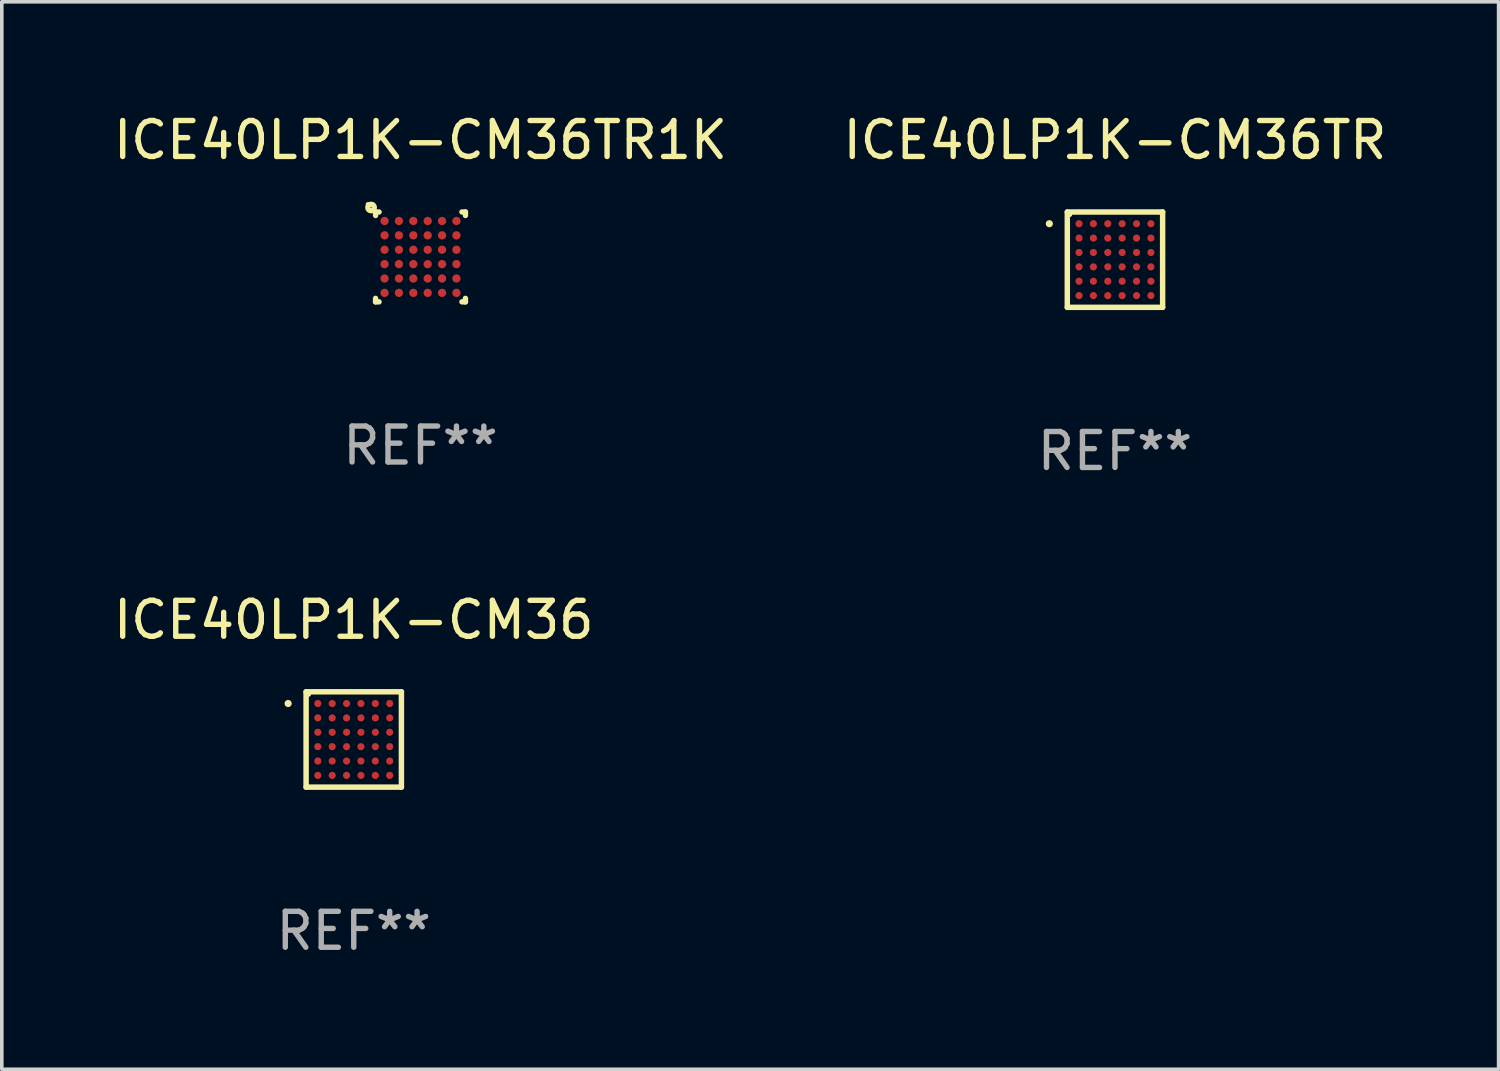
<source format=kicad_pcb>
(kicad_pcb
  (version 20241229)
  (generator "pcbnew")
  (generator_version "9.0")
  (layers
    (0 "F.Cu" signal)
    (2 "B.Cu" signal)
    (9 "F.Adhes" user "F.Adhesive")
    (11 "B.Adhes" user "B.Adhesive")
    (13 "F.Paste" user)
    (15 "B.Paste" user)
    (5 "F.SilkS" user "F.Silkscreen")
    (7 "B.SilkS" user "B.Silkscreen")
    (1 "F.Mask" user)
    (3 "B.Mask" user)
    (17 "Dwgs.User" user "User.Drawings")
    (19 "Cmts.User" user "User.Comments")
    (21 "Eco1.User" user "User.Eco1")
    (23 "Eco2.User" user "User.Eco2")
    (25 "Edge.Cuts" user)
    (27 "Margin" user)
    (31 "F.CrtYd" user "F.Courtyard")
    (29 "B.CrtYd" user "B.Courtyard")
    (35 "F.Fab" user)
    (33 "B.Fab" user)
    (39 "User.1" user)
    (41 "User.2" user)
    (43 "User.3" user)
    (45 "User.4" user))
  (footprint "ICE40LP1K-CM36TR"
    (layer "F.Cu")
    (at 27.97 4.174)
    (property "Reference" "ICE40LP1K-CM36TR" (at 0 -3.326 0) (layer "F.SilkS") (effects (font (size 1 1) (thickness 0.15))))
    (attr through_hole)
    (fp_line (start -1.326 -1.326) (end 1.326 -1.326) (stroke (width 0.152) (type solid)) (layer "F.SilkS"))
    (fp_line (start -1.326 1.326) (end -1.326 -1.326) (stroke (width 0.152) (type solid)) (layer "F.SilkS"))
    (fp_line (start 1.326 -1.326) (end 1.326 1.326) (stroke (width 0.152) (type solid)) (layer "F.SilkS"))
    (fp_line (start 1.326 1.326) (end -1.326 1.326) (stroke (width 0.152) (type solid)) (layer "F.SilkS"))
    (fp_circle (center -1.826 -1) (end -1.776 -1) (stroke (width 0.1) (type solid)) (fill no) (layer "F.SilkS"))
    (fp_circle (center -1.25 -1.25) (end -1.22 -1.25) (stroke (width 0.06) (type solid)) (fill no) (layer "F.SilkS"))
    (fp_text user "REF**" (at 0 5.326 0) (layer "F.Fab") (effects (font (size 1 1) (thickness 0.15))))
    (pad "A1" smd circle (at -1 -1) (size 0.2 0.2) (layers "F.Cu" "F.Mask" "F.Paste"))
    (pad "A2" smd circle (at -0.6 -1) (size 0.2 0.2) (layers "F.Cu" "F.Mask" "F.Paste"))
    (pad "A3" smd circle (at -0.2 -1) (size 0.2 0.2) (layers "F.Cu" "F.Mask" "F.Paste"))
    (pad "A4" smd circle (at 0.2 -1) (size 0.2 0.2) (layers "F.Cu" "F.Mask" "F.Paste"))
    (pad "A5" smd circle (at 0.6 -1) (size 0.2 0.2) (layers "F.Cu" "F.Mask" "F.Paste"))
    (pad "A6" smd circle (at 1 -1) (size 0.2 0.2) (layers "F.Cu" "F.Mask" "F.Paste"))
    (pad "B1" smd circle (at -1 -0.6) (size 0.2 0.2) (layers "F.Cu" "F.Mask" "F.Paste"))
    (pad "B2" smd circle (at -0.6 -0.6) (size 0.2 0.2) (layers "F.Cu" "F.Mask" "F.Paste"))
    (pad "B3" smd circle (at -0.2 -0.6) (size 0.2 0.2) (layers "F.Cu" "F.Mask" "F.Paste"))
    (pad "B4" smd circle (at 0.2 -0.6) (size 0.2 0.2) (layers "F.Cu" "F.Mask" "F.Paste"))
    (pad "B5" smd circle (at 0.6 -0.6) (size 0.2 0.2) (layers "F.Cu" "F.Mask" "F.Paste"))
    (pad "B6" smd circle (at 1 -0.6) (size 0.2 0.2) (layers "F.Cu" "F.Mask" "F.Paste"))
    (pad "C1" smd circle (at -1 -0.2) (size 0.2 0.2) (layers "F.Cu" "F.Mask" "F.Paste"))
    (pad "C2" smd circle (at -0.6 -0.2) (size 0.2 0.2) (layers "F.Cu" "F.Mask" "F.Paste"))
    (pad "C3" smd circle (at -0.2 -0.2) (size 0.2 0.2) (layers "F.Cu" "F.Mask" "F.Paste"))
    (pad "C4" smd circle (at 0.2 -0.2) (size 0.2 0.2) (layers "F.Cu" "F.Mask" "F.Paste"))
    (pad "C5" smd circle (at 0.6 -0.2) (size 0.2 0.2) (layers "F.Cu" "F.Mask" "F.Paste"))
    (pad "C6" smd circle (at 1 -0.2) (size 0.2 0.2) (layers "F.Cu" "F.Mask" "F.Paste"))
    (pad "D1" smd circle (at -1 0.2) (size 0.2 0.2) (layers "F.Cu" "F.Mask" "F.Paste"))
    (pad "D2" smd circle (at -0.6 0.2) (size 0.2 0.2) (layers "F.Cu" "F.Mask" "F.Paste"))
    (pad "D3" smd circle (at -0.2 0.2) (size 0.2 0.2) (layers "F.Cu" "F.Mask" "F.Paste"))
    (pad "D4" smd circle (at 0.2 0.2) (size 0.2 0.2) (layers "F.Cu" "F.Mask" "F.Paste"))
    (pad "D5" smd circle (at 0.6 0.2) (size 0.2 0.2) (layers "F.Cu" "F.Mask" "F.Paste"))
    (pad "D6" smd circle (at 1 0.2) (size 0.2 0.2) (layers "F.Cu" "F.Mask" "F.Paste"))
    (pad "E1" smd circle (at -1 0.6) (size 0.2 0.2) (layers "F.Cu" "F.Mask" "F.Paste"))
    (pad "E2" smd circle (at -0.6 0.6) (size 0.2 0.2) (layers "F.Cu" "F.Mask" "F.Paste"))
    (pad "E3" smd circle (at -0.2 0.6) (size 0.2 0.2) (layers "F.Cu" "F.Mask" "F.Paste"))
    (pad "E4" smd circle (at 0.2 0.6) (size 0.2 0.2) (layers "F.Cu" "F.Mask" "F.Paste"))
    (pad "E5" smd circle (at 0.6 0.6) (size 0.2 0.2) (layers "F.Cu" "F.Mask" "F.Paste"))
    (pad "E6" smd circle (at 1 0.6) (size 0.2 0.2) (layers "F.Cu" "F.Mask" "F.Paste"))
    (pad "F1" smd circle (at -1 1) (size 0.2 0.2) (layers "F.Cu" "F.Mask" "F.Paste"))
    (pad "F2" smd circle (at -0.6 1) (size 0.2 0.2) (layers "F.Cu" "F.Mask" "F.Paste"))
    (pad "F3" smd circle (at -0.2 1) (size 0.2 0.2) (layers "F.Cu" "F.Mask" "F.Paste"))
    (pad "F4" smd circle (at 0.2 1) (size 0.2 0.2) (layers "F.Cu" "F.Mask" "F.Paste"))
    (pad "F5" smd circle (at 0.6 1) (size 0.2 0.2) (layers "F.Cu" "F.Mask" "F.Paste"))
    (pad "F6" smd circle (at 1 1) (size 0.2 0.2) (layers "F.Cu" "F.Mask" "F.Paste")))
  (footprint "ICE40LP1K-CM36"
    (layer "F.Cu")
    (at 6.792 17.523)
    (property "Reference" "ICE40LP1K-CM36" (at 0 -3.326 0) (layer "F.SilkS") (effects (font (size 1 1) (thickness 0.15))))
    (attr through_hole)
    (fp_line (start -1.326 -1.326) (end 1.326 -1.326) (stroke (width 0.152) (type solid)) (layer "F.SilkS"))
    (fp_line (start -1.326 1.326) (end -1.326 -1.326) (stroke (width 0.152) (type solid)) (layer "F.SilkS"))
    (fp_line (start 1.326 -1.326) (end 1.326 1.326) (stroke (width 0.152) (type solid)) (layer "F.SilkS"))
    (fp_line (start 1.326 1.326) (end -1.326 1.326) (stroke (width 0.152) (type solid)) (layer "F.SilkS"))
    (fp_circle (center -1.826 -1) (end -1.776 -1) (stroke (width 0.1) (type solid)) (fill no) (layer "F.SilkS"))
    (fp_circle (center -1.25 -1.25) (end -1.22 -1.25) (stroke (width 0.06) (type solid)) (fill no) (layer "F.SilkS"))
    (fp_text user "REF**" (at 0 5.326 0) (layer "F.Fab") (effects (font (size 1 1) (thickness 0.15))))
    (pad "A1" smd circle (at -1 -1) (size 0.2 0.2) (layers "F.Cu" "F.Mask" "F.Paste"))
    (pad "A2" smd circle (at -0.6 -1) (size 0.2 0.2) (layers "F.Cu" "F.Mask" "F.Paste"))
    (pad "A3" smd circle (at -0.2 -1) (size 0.2 0.2) (layers "F.Cu" "F.Mask" "F.Paste"))
    (pad "A4" smd circle (at 0.2 -1) (size 0.2 0.2) (layers "F.Cu" "F.Mask" "F.Paste"))
    (pad "A5" smd circle (at 0.6 -1) (size 0.2 0.2) (layers "F.Cu" "F.Mask" "F.Paste"))
    (pad "A6" smd circle (at 1 -1) (size 0.2 0.2) (layers "F.Cu" "F.Mask" "F.Paste"))
    (pad "B1" smd circle (at -1 -0.6) (size 0.2 0.2) (layers "F.Cu" "F.Mask" "F.Paste"))
    (pad "B2" smd circle (at -0.6 -0.6) (size 0.2 0.2) (layers "F.Cu" "F.Mask" "F.Paste"))
    (pad "B3" smd circle (at -0.2 -0.6) (size 0.2 0.2) (layers "F.Cu" "F.Mask" "F.Paste"))
    (pad "B4" smd circle (at 0.2 -0.6) (size 0.2 0.2) (layers "F.Cu" "F.Mask" "F.Paste"))
    (pad "B5" smd circle (at 0.6 -0.6) (size 0.2 0.2) (layers "F.Cu" "F.Mask" "F.Paste"))
    (pad "B6" smd circle (at 1 -0.6) (size 0.2 0.2) (layers "F.Cu" "F.Mask" "F.Paste"))
    (pad "C1" smd circle (at -1 -0.2) (size 0.2 0.2) (layers "F.Cu" "F.Mask" "F.Paste"))
    (pad "C2" smd circle (at -0.6 -0.2) (size 0.2 0.2) (layers "F.Cu" "F.Mask" "F.Paste"))
    (pad "C3" smd circle (at -0.2 -0.2) (size 0.2 0.2) (layers "F.Cu" "F.Mask" "F.Paste"))
    (pad "C4" smd circle (at 0.2 -0.2) (size 0.2 0.2) (layers "F.Cu" "F.Mask" "F.Paste"))
    (pad "C5" smd circle (at 0.6 -0.2) (size 0.2 0.2) (layers "F.Cu" "F.Mask" "F.Paste"))
    (pad "C6" smd circle (at 1 -0.2) (size 0.2 0.2) (layers "F.Cu" "F.Mask" "F.Paste"))
    (pad "D1" smd circle (at -1 0.2) (size 0.2 0.2) (layers "F.Cu" "F.Mask" "F.Paste"))
    (pad "D2" smd circle (at -0.6 0.2) (size 0.2 0.2) (layers "F.Cu" "F.Mask" "F.Paste"))
    (pad "D3" smd circle (at -0.2 0.2) (size 0.2 0.2) (layers "F.Cu" "F.Mask" "F.Paste"))
    (pad "D4" smd circle (at 0.2 0.2) (size 0.2 0.2) (layers "F.Cu" "F.Mask" "F.Paste"))
    (pad "D5" smd circle (at 0.6 0.2) (size 0.2 0.2) (layers "F.Cu" "F.Mask" "F.Paste"))
    (pad "D6" smd circle (at 1 0.2) (size 0.2 0.2) (layers "F.Cu" "F.Mask" "F.Paste"))
    (pad "E1" smd circle (at -1 0.6) (size 0.2 0.2) (layers "F.Cu" "F.Mask" "F.Paste"))
    (pad "E2" smd circle (at -0.6 0.6) (size 0.2 0.2) (layers "F.Cu" "F.Mask" "F.Paste"))
    (pad "E3" smd circle (at -0.2 0.6) (size 0.2 0.2) (layers "F.Cu" "F.Mask" "F.Paste"))
    (pad "E4" smd circle (at 0.2 0.6) (size 0.2 0.2) (layers "F.Cu" "F.Mask" "F.Paste"))
    (pad "E5" smd circle (at 0.6 0.6) (size 0.2 0.2) (layers "F.Cu" "F.Mask" "F.Paste"))
    (pad "E6" smd circle (at 1 0.6) (size 0.2 0.2) (layers "F.Cu" "F.Mask" "F.Paste"))
    (pad "F1" smd circle (at -1 1) (size 0.2 0.2) (layers "F.Cu" "F.Mask" "F.Paste"))
    (pad "F2" smd circle (at -0.6 1) (size 0.2 0.2) (layers "F.Cu" "F.Mask" "F.Paste"))
    (pad "F3" smd circle (at -0.2 1) (size 0.2 0.2) (layers "F.Cu" "F.Mask" "F.Paste"))
    (pad "F4" smd circle (at 0.2 1) (size 0.2 0.2) (layers "F.Cu" "F.Mask" "F.Paste"))
    (pad "F5" smd circle (at 0.6 1) (size 0.2 0.2) (layers "F.Cu" "F.Mask" "F.Paste"))
    (pad "F6" smd circle (at 1 1) (size 0.2 0.2) (layers "F.Cu" "F.Mask" "F.Paste")))
  (footprint "ICE40LP1K-CM36TR1K"
    (layer "F.Cu")
    (at 8.649 4.098)
    (property "Reference" "ICE40LP1K-CM36TR1K" (at 0 -3.25 0) (layer "F.SilkS") (effects (font (size 1 1) (thickness 0.15))))
    (attr through_hole)
    (fp_line (start -1.25 -1.25) (end -1.153 -1.25) (stroke (width 0.15) (type solid)) (layer "F.SilkS"))
    (fp_line (start -1.25 -1.153) (end -1.25 -1.25) (stroke (width 0.15) (type solid)) (layer "F.SilkS"))
    (fp_line (start -1.25 1.25) (end -1.25 1.153) (stroke (width 0.15) (type solid)) (layer "F.SilkS"))
    (fp_line (start -1.153 1.25) (end -1.25 1.25) (stroke (width 0.15) (type solid)) (layer "F.SilkS"))
    (fp_line (start 1.153 -1.25) (end 1.25 -1.25) (stroke (width 0.15) (type solid)) (layer "F.SilkS"))
    (fp_line (start 1.25 -1.25) (end 1.25 -1.153) (stroke (width 0.15) (type solid)) (layer "F.SilkS"))
    (fp_line (start 1.25 1.153) (end 1.25 1.25) (stroke (width 0.15) (type solid)) (layer "F.SilkS"))
    (fp_line (start 1.25 1.25) (end 1.153 1.25) (stroke (width 0.15) (type solid)) (layer "F.SilkS"))
    (fp_circle (center -1.465 -1.465) (end -1.435 -1.465) (stroke (width 0.06) (type solid)) (fill no) (layer "F.SilkS"))
    (fp_circle (center -1.375 -1.375) (end -1.36 -1.375) (stroke (width 0.15) (type solid)) (fill no) (layer "F.SilkS"))
    (fp_text user "REF**" (at 0 5.25 0) (layer "F.Fab") (effects (font (size 1 1) (thickness 0.15))))
    (pad "A1" smd circle (at -1 -1) (size 0.23 0.23) (layers "F.Cu" "F.Mask" "F.Paste"))
    (pad "A2" smd circle (at -0.6 -1) (size 0.23 0.23) (layers "F.Cu" "F.Mask" "F.Paste"))
    (pad "A3" smd circle (at -0.2 -1) (size 0.23 0.23) (layers "F.Cu" "F.Mask" "F.Paste"))
    (pad "A4" smd circle (at 0.2 -1) (size 0.23 0.23) (layers "F.Cu" "F.Mask" "F.Paste"))
    (pad "A5" smd circle (at 0.6 -1) (size 0.23 0.23) (layers "F.Cu" "F.Mask" "F.Paste"))
    (pad "A6" smd circle (at 1 -1) (size 0.23 0.23) (layers "F.Cu" "F.Mask" "F.Paste"))
    (pad "B1" smd circle (at -1 -0.6) (size 0.23 0.23) (layers "F.Cu" "F.Mask" "F.Paste"))
    (pad "B2" smd circle (at -0.6 -0.6) (size 0.23 0.23) (layers "F.Cu" "F.Mask" "F.Paste"))
    (pad "B3" smd circle (at -0.2 -0.6) (size 0.23 0.23) (layers "F.Cu" "F.Mask" "F.Paste"))
    (pad "B4" smd circle (at 0.2 -0.6) (size 0.23 0.23) (layers "F.Cu" "F.Mask" "F.Paste"))
    (pad "B5" smd circle (at 0.6 -0.6) (size 0.23 0.23) (layers "F.Cu" "F.Mask" "F.Paste"))
    (pad "B6" smd circle (at 1 -0.6) (size 0.23 0.23) (layers "F.Cu" "F.Mask" "F.Paste"))
    (pad "C1" smd circle (at -1 -0.2) (size 0.23 0.23) (layers "F.Cu" "F.Mask" "F.Paste"))
    (pad "C2" smd circle (at -0.6 -0.2) (size 0.23 0.23) (layers "F.Cu" "F.Mask" "F.Paste"))
    (pad "C3" smd circle (at -0.2 -0.2) (size 0.23 0.23) (layers "F.Cu" "F.Mask" "F.Paste"))
    (pad "C4" smd circle (at 0.2 -0.2) (size 0.23 0.23) (layers "F.Cu" "F.Mask" "F.Paste"))
    (pad "C5" smd circle (at 0.6 -0.2) (size 0.23 0.23) (layers "F.Cu" "F.Mask" "F.Paste"))
    (pad "C6" smd circle (at 1 -0.2) (size 0.23 0.23) (layers "F.Cu" "F.Mask" "F.Paste"))
    (pad "D1" smd circle (at -1 0.2) (size 0.23 0.23) (layers "F.Cu" "F.Mask" "F.Paste"))
    (pad "D2" smd circle (at -0.6 0.2) (size 0.23 0.23) (layers "F.Cu" "F.Mask" "F.Paste"))
    (pad "D3" smd circle (at -0.2 0.2) (size 0.23 0.23) (layers "F.Cu" "F.Mask" "F.Paste"))
    (pad "D4" smd circle (at 0.2 0.2) (size 0.23 0.23) (layers "F.Cu" "F.Mask" "F.Paste"))
    (pad "D5" smd circle (at 0.6 0.2) (size 0.23 0.23) (layers "F.Cu" "F.Mask" "F.Paste"))
    (pad "D6" smd circle (at 1 0.2) (size 0.23 0.23) (layers "F.Cu" "F.Mask" "F.Paste"))
    (pad "E1" smd circle (at -1 0.6) (size 0.23 0.23) (layers "F.Cu" "F.Mask" "F.Paste"))
    (pad "E2" smd circle (at -0.6 0.6) (size 0.23 0.23) (layers "F.Cu" "F.Mask" "F.Paste"))
    (pad "E3" smd circle (at -0.2 0.6) (size 0.23 0.23) (layers "F.Cu" "F.Mask" "F.Paste"))
    (pad "E4" smd circle (at 0.2 0.6) (size 0.23 0.23) (layers "F.Cu" "F.Mask" "F.Paste"))
    (pad "E5" smd circle (at 0.6 0.6) (size 0.23 0.23) (layers "F.Cu" "F.Mask" "F.Paste"))
    (pad "E6" smd circle (at 1 0.6) (size 0.23 0.23) (layers "F.Cu" "F.Mask" "F.Paste"))
    (pad "F1" smd circle (at -1 1) (size 0.23 0.23) (layers "F.Cu" "F.Mask" "F.Paste"))
    (pad "F2" smd circle (at -0.6 1) (size 0.23 0.23) (layers "F.Cu" "F.Mask" "F.Paste"))
    (pad "F3" smd circle (at -0.2 1) (size 0.23 0.23) (layers "F.Cu" "F.Mask" "F.Paste"))
    (pad "F4" smd circle (at 0.2 1) (size 0.23 0.23) (layers "F.Cu" "F.Mask" "F.Paste"))
    (pad "F5" smd circle (at 0.6 1) (size 0.23 0.23) (layers "F.Cu" "F.Mask" "F.Paste"))
    (pad "F6" smd circle (at 1 1) (size 0.23 0.23) (layers "F.Cu" "F.Mask" "F.Paste")))
  (gr_rect
    (start -3 -3)
    (end 38.643 26.698)
    (stroke (width 0.1) (type default))
    (fill no)
    (layer "Edge.Cuts")))
</source>
